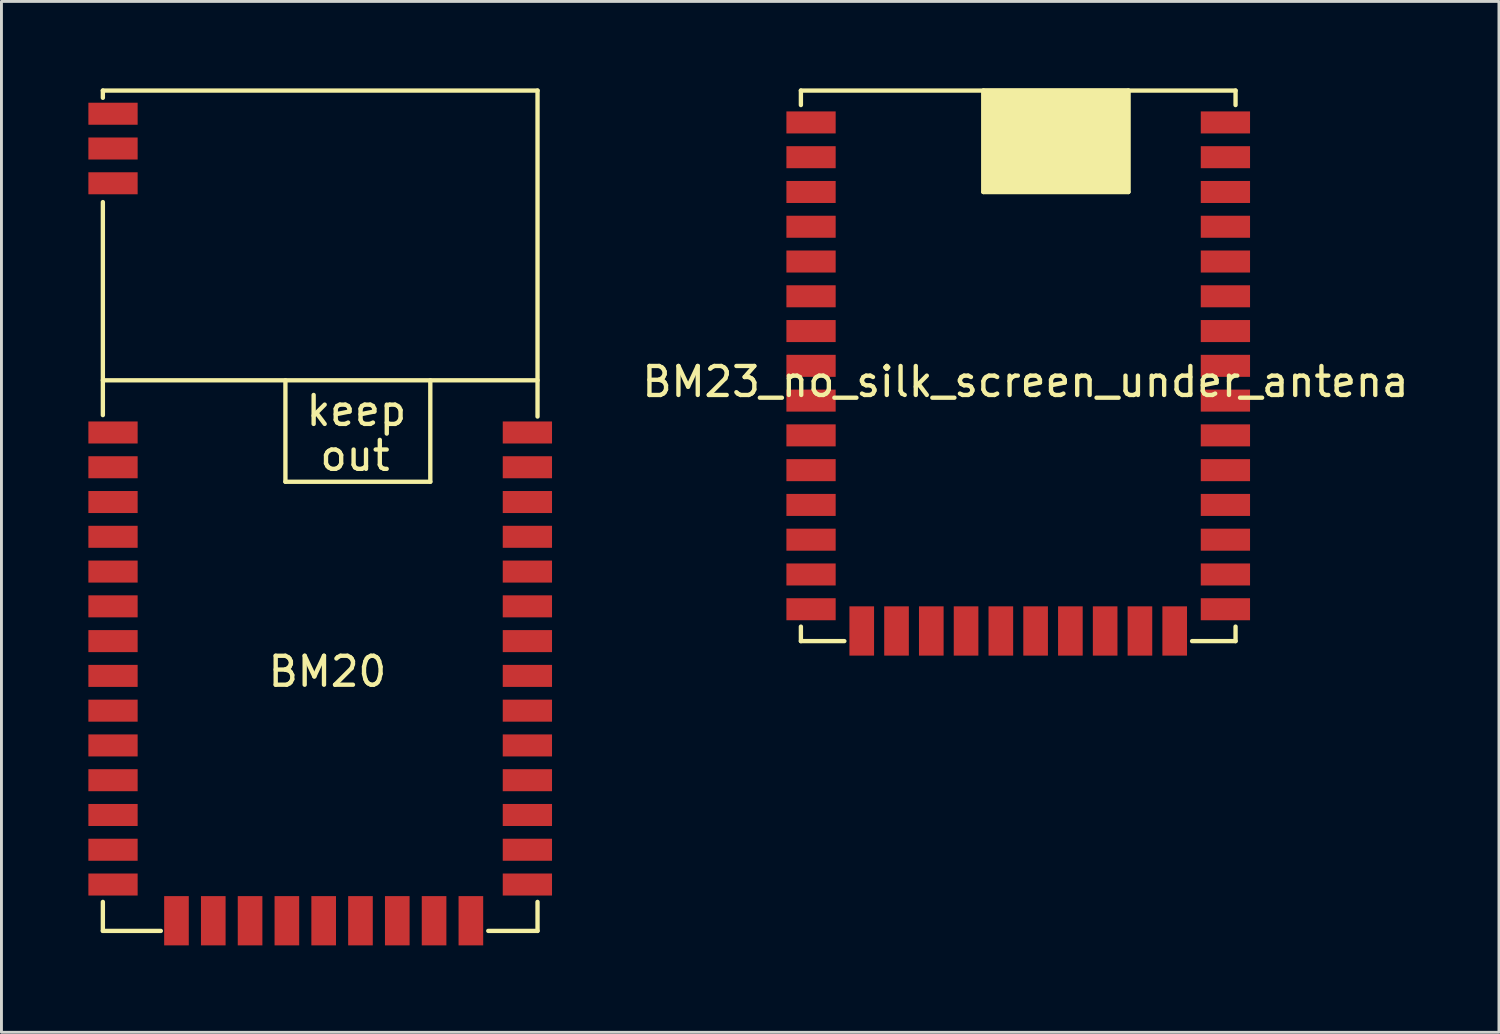
<source format=kicad_pcb>
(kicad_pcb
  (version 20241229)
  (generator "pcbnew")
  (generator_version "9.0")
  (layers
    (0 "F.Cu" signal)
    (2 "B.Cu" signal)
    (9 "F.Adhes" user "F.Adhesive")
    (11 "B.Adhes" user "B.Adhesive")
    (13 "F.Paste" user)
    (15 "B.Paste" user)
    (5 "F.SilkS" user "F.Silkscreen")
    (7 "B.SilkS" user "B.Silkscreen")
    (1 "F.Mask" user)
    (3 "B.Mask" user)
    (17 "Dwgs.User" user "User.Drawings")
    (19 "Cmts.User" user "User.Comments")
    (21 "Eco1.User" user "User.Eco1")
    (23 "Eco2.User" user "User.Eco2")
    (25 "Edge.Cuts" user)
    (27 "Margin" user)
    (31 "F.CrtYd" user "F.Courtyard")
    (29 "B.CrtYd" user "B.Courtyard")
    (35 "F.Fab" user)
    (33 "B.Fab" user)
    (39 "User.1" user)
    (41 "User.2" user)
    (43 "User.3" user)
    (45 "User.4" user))
  (footprint "BM23_no_silk_screen_under_antena"
    (layer "F.Cu")
    (at 24.589 19.075)
    (property "Reference" "BM23_no_silk_screen_under_antena" (at 7.75 -8.95 0) (layer "F.SilkS") (effects (font (size 1 1) (thickness 0.15))))
    (attr through_hole)
    (fp_line (start 0 -19) (end 15 -19) (stroke (width 0.15) (type solid)) (layer "F.SilkS"))
    (fp_line (start 0 -18.5) (end 0 -19) (stroke (width 0.15) (type solid)) (layer "F.SilkS"))
    (fp_line (start 0 -0.5) (end 0 0) (stroke (width 0.15) (type solid)) (layer "F.SilkS"))
    (fp_line (start 0 0) (end 1.5 0) (stroke (width 0.15) (type solid)) (layer "F.SilkS"))
    (fp_line (start 6.3 -19) (end 6.3 -15.5) (stroke (width 0.15) (type solid)) (layer "F.SilkS"))
    (fp_line (start 6.3 -15.5) (end 11.3 -15.5) (stroke (width 0.15) (type solid)) (layer "F.SilkS"))
    (fp_line (start 11.3 -15.5) (end 11.3 -19) (stroke (width 0.15) (type solid)) (layer "F.SilkS"))
    (fp_line (start 15 -19) (end 15 -18.5) (stroke (width 0.15) (type solid)) (layer "F.SilkS"))
    (fp_line (start 15 -0.5) (end 15 0) (stroke (width 0.15) (type solid)) (layer "F.SilkS"))
    (fp_line (start 15 0) (end 13.5 0) (stroke (width 0.15) (type solid)) (layer "F.SilkS"))
    (fp_poly (pts (xy 6.3 -19) (xy 11.3 -19) (xy 11.3 -15.5) (xy 6.3 -15.5)) (stroke (width 0.15) (type solid)) (fill yes) (layer "F.SilkS"))
    (pad "1" smd trapezoid (at 0.35 -17.9 90) (size 0.76 1.7) (layers "F.Cu" "F.Mask" "F.Paste"))
    (pad "2" smd trapezoid (at 0.35 -16.7 90) (size 0.76 1.7) (layers "F.Cu" "F.Mask" "F.Paste"))
    (pad "3" smd trapezoid (at 0.35 -15.5 90) (size 0.76 1.7) (layers "F.Cu" "F.Mask" "F.Paste"))
    (pad "4" smd trapezoid (at 0.35 -14.3 90) (size 0.76 1.7) (layers "F.Cu" "F.Mask" "F.Paste"))
    (pad "5" smd trapezoid (at 0.35 -13.1 90) (size 0.76 1.7) (layers "F.Cu" "F.Mask" "F.Paste"))
    (pad "6" smd trapezoid (at 0.35 -11.9 90) (size 0.76 1.7) (layers "F.Cu" "F.Mask" "F.Paste"))
    (pad "7" smd trapezoid (at 0.35 -10.7 90) (size 0.76 1.7) (layers "F.Cu" "F.Mask" "F.Paste"))
    (pad "8" smd trapezoid (at 0.35 -9.5 90) (size 0.76 1.7) (layers "F.Cu" "F.Mask" "F.Paste"))
    (pad "9" smd trapezoid (at 0.35 -8.3 90) (size 0.76 1.7) (layers "F.Cu" "F.Mask" "F.Paste"))
    (pad "10" smd trapezoid (at 0.35 -7.1 90) (size 0.76 1.7) (layers "F.Cu" "F.Mask" "F.Paste"))
    (pad "11" smd trapezoid (at 0.35 -5.9 90) (size 0.76 1.7) (layers "F.Cu" "F.Mask" "F.Paste"))
    (pad "12" smd trapezoid (at 0.35 -4.7 90) (size 0.76 1.7) (layers "F.Cu" "F.Mask" "F.Paste"))
    (pad "13" smd trapezoid (at 0.35 -3.5 90) (size 0.76 1.7) (layers "F.Cu" "F.Mask" "F.Paste"))
    (pad "14" smd trapezoid (at 0.35 -2.3 90) (size 0.76 1.7) (layers "F.Cu" "F.Mask" "F.Paste"))
    (pad "15" smd trapezoid (at 0.35 -1.1 90) (size 0.76 1.7) (layers "F.Cu" "F.Mask" "F.Paste"))
    (pad "16" smd trapezoid (at 2.1 -0.35) (size 0.85 1.7) (layers "F.Cu" "F.Mask" "F.Paste"))
    (pad "17" smd trapezoid (at 3.3 -0.35) (size 0.85 1.7) (layers "F.Cu" "F.Mask" "F.Paste"))
    (pad "18" smd trapezoid (at 4.5 -0.35) (size 0.85 1.7) (layers "F.Cu" "F.Mask" "F.Paste"))
    (pad "19" smd trapezoid (at 5.7 -0.35) (size 0.85 1.7) (layers "F.Cu" "F.Mask" "F.Paste"))
    (pad "20" smd trapezoid (at 6.9 -0.35) (size 0.85 1.7) (layers "F.Cu" "F.Mask" "F.Paste"))
    (pad "21" smd trapezoid (at 8.1 -0.35) (size 0.85 1.7) (layers "F.Cu" "F.Mask" "F.Paste"))
    (pad "22" smd trapezoid (at 9.3 -0.35) (size 0.85 1.7) (layers "F.Cu" "F.Mask" "F.Paste"))
    (pad "23" smd trapezoid (at 10.5 -0.35) (size 0.85 1.7) (layers "F.Cu" "F.Mask" "F.Paste"))
    (pad "24" smd trapezoid (at 11.7 -0.35) (size 0.85 1.7) (layers "F.Cu" "F.Mask" "F.Paste"))
    (pad "25" smd trapezoid (at 12.9 -0.35) (size 0.85 1.7) (layers "F.Cu" "F.Mask" "F.Paste"))
    (pad "26" smd trapezoid (at 14.65 -1.1 90) (size 0.76 1.7) (layers "F.Cu" "F.Mask" "F.Paste"))
    (pad "27" smd trapezoid (at 14.65 -2.3 90) (size 0.76 1.7) (layers "F.Cu" "F.Mask" "F.Paste"))
    (pad "28" smd trapezoid (at 14.65 -3.5 90) (size 0.76 1.7) (layers "F.Cu" "F.Mask" "F.Paste"))
    (pad "29" smd trapezoid (at 14.65 -4.7 90) (size 0.76 1.7) (layers "F.Cu" "F.Mask" "F.Paste"))
    (pad "30" smd trapezoid (at 14.65 -5.9 90) (size 0.76 1.7) (layers "F.Cu" "F.Mask" "F.Paste"))
    (pad "31" smd trapezoid (at 14.65 -7.1 90) (size 0.76 1.7) (layers "F.Cu" "F.Mask" "F.Paste"))
    (pad "32" smd trapezoid (at 14.65 -8.3 90) (size 0.76 1.7) (layers "F.Cu" "F.Mask" "F.Paste"))
    (pad "33" smd trapezoid (at 14.65 -9.5 90) (size 0.76 1.7) (layers "F.Cu" "F.Mask" "F.Paste"))
    (pad "34" smd trapezoid (at 14.65 -10.7 90) (size 0.76 1.7) (layers "F.Cu" "F.Mask" "F.Paste"))
    (pad "35" smd trapezoid (at 14.65 -11.9 90) (size 0.76 1.7) (layers "F.Cu" "F.Mask" "F.Paste"))
    (pad "36" smd trapezoid (at 14.65 -13.1 90) (size 0.76 1.7) (layers "F.Cu" "F.Mask" "F.Paste"))
    (pad "37" smd trapezoid (at 14.65 -14.3 90) (size 0.76 1.7) (layers "F.Cu" "F.Mask" "F.Paste"))
    (pad "38" smd trapezoid (at 14.65 -15.5 90) (size 0.76 1.7) (layers "F.Cu" "F.Mask" "F.Paste"))
    (pad "39" smd trapezoid (at 14.65 -16.7 90) (size 0.76 1.7) (layers "F.Cu" "F.Mask" "F.Paste"))
    (pad "40" smd trapezoid (at 14.65 -17.9 90) (size 0.76 1.7) (layers "F.Cu" "F.Mask" "F.Paste")))
  (footprint "BM20"
    (layer "F.Cu")
    (at 0.5 29.075)
    (property "Reference" "BM20" (at 7.75 -8.95 0) (layer "F.SilkS") (effects (font (size 1 1) (thickness 0.15))))
    (attr through_hole)
    (fp_line (start 0 -29) (end 15 -29) (stroke (width 0.15) (type solid)) (layer "F.SilkS"))
    (fp_line (start 0 -28.75) (end 0 -29) (stroke (width 0.15) (type solid)) (layer "F.SilkS"))
    (fp_line (start 0 -25.15) (end 0 -17.8) (stroke (width 0.15) (type solid)) (layer "F.SilkS"))
    (fp_line (start 0 -19) (end 15 -19) (stroke (width 0.15) (type solid)) (layer "F.SilkS"))
    (fp_line (start 0 -1) (end 0 0) (stroke (width 0.15) (type solid)) (layer "F.SilkS"))
    (fp_line (start 0 0) (end 2 0) (stroke (width 0.15) (type solid)) (layer "F.SilkS"))
    (fp_line (start 6.3 -19) (end 6.3 -15.5) (stroke (width 0.15) (type solid)) (layer "F.SilkS"))
    (fp_line (start 6.3 -15.5) (end 11.3 -15.5) (stroke (width 0.15) (type solid)) (layer "F.SilkS"))
    (fp_line (start 11.3 -15.5) (end 11.3 -19) (stroke (width 0.15) (type solid)) (layer "F.SilkS"))
    (fp_line (start 15 -29) (end 15 -17.75) (stroke (width 0.15) (type solid)) (layer "F.SilkS"))
    (fp_line (start 15 -1) (end 15 0) (stroke (width 0.15) (type solid)) (layer "F.SilkS"))
    (fp_line (start 15 0) (end 13.3 0) (stroke (width 0.15) (type solid)) (layer "F.SilkS"))
    (fp_text user "keep" (at 8.75 -17.95 0) (layer "F.SilkS") (effects (font (size 1 1) (thickness 0.15))))
    (fp_text user "out" (at 8.7 -16.4 0) (layer "F.SilkS") (effects (font (size 1 1) (thickness 0.15))))
    (pad "1" smd trapezoid (at 0.35 -17.2 90) (size 0.76 1.7) (layers "F.Cu" "F.Mask" "F.Paste"))
    (pad "2" smd trapezoid (at 0.35 -28.2 90) (size 0.76 1.7) (layers "F.Cu" "F.Mask" "F.Paste"))
    (pad "2" smd trapezoid (at 0.35 -27 90) (size 0.76 1.7) (layers "F.Cu" "F.Mask" "F.Paste"))
    (pad "2" smd trapezoid (at 0.35 -25.8 90) (size 0.76 1.7) (layers "F.Cu" "F.Mask" "F.Paste"))
    (pad "2" smd trapezoid (at 0.35 -16 90) (size 0.76 1.7) (layers "F.Cu" "F.Mask" "F.Paste"))
    (pad "3" smd trapezoid (at 0.35 -14.8 90) (size 0.76 1.7) (layers "F.Cu" "F.Mask" "F.Paste"))
    (pad "4" smd trapezoid (at 0.35 -13.6 90) (size 0.76 1.7) (layers "F.Cu" "F.Mask" "F.Paste"))
    (pad "5" smd trapezoid (at 0.35 -12.4 90) (size 0.76 1.7) (layers "F.Cu" "F.Mask" "F.Paste"))
    (pad "6" smd trapezoid (at 0.35 -11.2 90) (size 0.76 1.7) (layers "F.Cu" "F.Mask" "F.Paste"))
    (pad "7" smd trapezoid (at 0.35 -10 90) (size 0.76 1.7) (layers "F.Cu" "F.Mask" "F.Paste"))
    (pad "8" smd trapezoid (at 0.35 -8.8 90) (size 0.76 1.7) (layers "F.Cu" "F.Mask" "F.Paste"))
    (pad "9" smd trapezoid (at 0.35 -7.6 90) (size 0.76 1.7) (layers "F.Cu" "F.Mask" "F.Paste"))
    (pad "10" smd trapezoid (at 0.35 -6.4 90) (size 0.76 1.7) (layers "F.Cu" "F.Mask" "F.Paste"))
    (pad "11" smd trapezoid (at 0.35 -5.2 90) (size 0.76 1.7) (layers "F.Cu" "F.Mask" "F.Paste"))
    (pad "12" smd trapezoid (at 0.35 -4 90) (size 0.76 1.7) (layers "F.Cu" "F.Mask" "F.Paste"))
    (pad "13" smd trapezoid (at 0.35 -2.8 90) (size 0.76 1.7) (layers "F.Cu" "F.Mask" "F.Paste"))
    (pad "14" smd trapezoid (at 0.35 -1.6 90) (size 0.76 1.7) (layers "F.Cu" "F.Mask" "F.Paste"))
    (pad "15" smd trapezoid (at 2.54 -0.35) (size 0.85 1.7) (layers "F.Cu" "F.Mask" "F.Paste"))
    (pad "16" smd trapezoid (at 3.81 -0.35) (size 0.85 1.7) (layers "F.Cu" "F.Mask" "F.Paste"))
    (pad "17" smd trapezoid (at 5.08 -0.35) (size 0.85 1.7) (layers "F.Cu" "F.Mask" "F.Paste"))
    (pad "18" smd trapezoid (at 6.35 -0.35) (size 0.85 1.7) (layers "F.Cu" "F.Mask" "F.Paste"))
    (pad "19" smd trapezoid (at 7.62 -0.35) (size 0.85 1.7) (layers "F.Cu" "F.Mask" "F.Paste"))
    (pad "20" smd trapezoid (at 8.89 -0.35) (size 0.85 1.7) (layers "F.Cu" "F.Mask" "F.Paste"))
    (pad "21" smd trapezoid (at 10.16 -0.35) (size 0.85 1.7) (layers "F.Cu" "F.Mask" "F.Paste"))
    (pad "22" smd trapezoid (at 11.43 -0.35) (size 0.85 1.7) (layers "F.Cu" "F.Mask" "F.Paste"))
    (pad "23" smd trapezoid (at 12.7 -0.35) (size 0.85 1.7) (layers "F.Cu" "F.Mask" "F.Paste"))
    (pad "24" smd trapezoid (at 14.65 -1.6 90) (size 0.76 1.7) (layers "F.Cu" "F.Mask" "F.Paste"))
    (pad "25" smd trapezoid (at 14.65 -2.8 90) (size 0.76 1.7) (layers "F.Cu" "F.Mask" "F.Paste"))
    (pad "26" smd trapezoid (at 14.65 -4 90) (size 0.76 1.7) (layers "F.Cu" "F.Mask" "F.Paste"))
    (pad "27" smd trapezoid (at 14.65 -5.2 90) (size 0.76 1.7) (layers "F.Cu" "F.Mask" "F.Paste"))
    (pad "28" smd trapezoid (at 14.65 -6.4 90) (size 0.76 1.7) (layers "F.Cu" "F.Mask" "F.Paste"))
    (pad "29" smd trapezoid (at 14.65 -7.6 90) (size 0.76 1.7) (layers "F.Cu" "F.Mask" "F.Paste"))
    (pad "30" smd trapezoid (at 14.65 -8.8 90) (size 0.76 1.7) (layers "F.Cu" "F.Mask" "F.Paste"))
    (pad "31" smd trapezoid (at 14.65 -10 90) (size 0.76 1.7) (layers "F.Cu" "F.Mask" "F.Paste"))
    (pad "32" smd trapezoid (at 14.65 -11.2 90) (size 0.76 1.7) (layers "F.Cu" "F.Mask" "F.Paste"))
    (pad "33" smd trapezoid (at 14.65 -12.4 90) (size 0.76 1.7) (layers "F.Cu" "F.Mask" "F.Paste"))
    (pad "34" smd trapezoid (at 14.65 -13.6 90) (size 0.76 1.7) (layers "F.Cu" "F.Mask" "F.Paste"))
    (pad "35" smd trapezoid (at 14.65 -14.8 90) (size 0.76 1.7) (layers "F.Cu" "F.Mask" "F.Paste"))
    (pad "36" smd trapezoid (at 14.65 -16 90) (size 0.76 1.7) (layers "F.Cu" "F.Mask" "F.Paste"))
    (pad "37" smd trapezoid (at 14.65 -17.2 90) (size 0.76 1.7) (layers "F.Cu" "F.Mask" "F.Paste")))
  (gr_rect
    (start -3 -3)
    (end 48.679 32.575)
    (stroke (width 0.1) (type default))
    (fill no)
    (layer "Edge.Cuts")))
</source>
